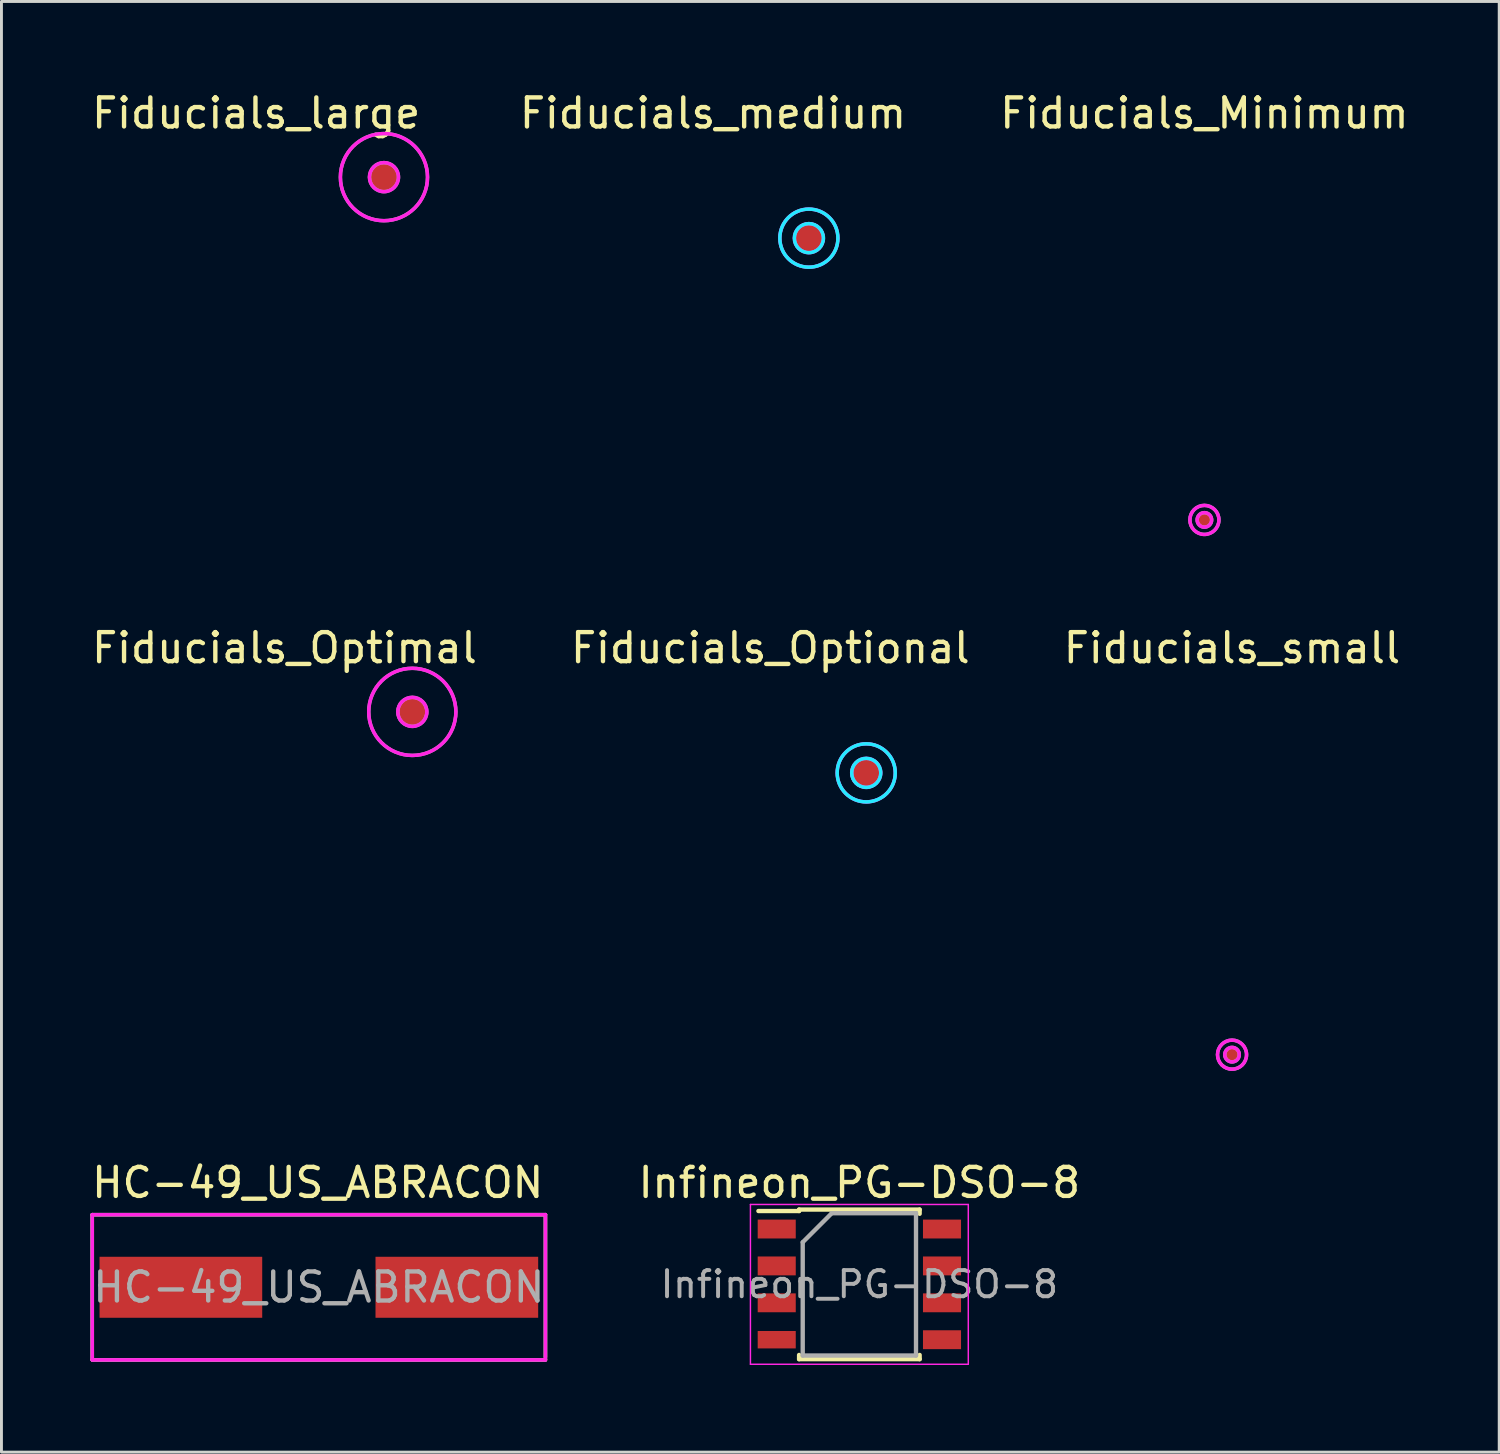
<source format=kicad_pcb>
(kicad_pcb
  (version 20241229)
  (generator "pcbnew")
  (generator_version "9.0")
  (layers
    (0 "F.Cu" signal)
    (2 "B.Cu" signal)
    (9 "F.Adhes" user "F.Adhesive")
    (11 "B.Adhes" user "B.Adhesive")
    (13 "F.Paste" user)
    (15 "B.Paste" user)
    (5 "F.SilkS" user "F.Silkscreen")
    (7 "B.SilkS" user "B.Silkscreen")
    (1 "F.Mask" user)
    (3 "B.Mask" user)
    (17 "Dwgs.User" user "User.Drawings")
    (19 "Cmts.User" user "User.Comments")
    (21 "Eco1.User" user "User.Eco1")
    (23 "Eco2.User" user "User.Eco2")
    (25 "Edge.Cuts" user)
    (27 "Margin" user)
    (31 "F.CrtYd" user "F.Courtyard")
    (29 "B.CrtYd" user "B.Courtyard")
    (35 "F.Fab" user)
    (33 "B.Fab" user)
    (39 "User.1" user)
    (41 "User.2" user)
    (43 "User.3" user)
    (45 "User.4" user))
  (footprint "Fiducials_Optimal"
    (layer "F.Cu")
    (at 11.144 21.456)
    (property "Reference" "Fiducials_Optimal" (at -4.4 -2.2 0) (unlocked yes) (layer "F.SilkS") (effects (font (size 1 1) (thickness 0.15))))
    (attr smd)
    (fp_circle (center 0 0) (end 0.5 0) (stroke (width 0.12) (type solid)) (fill no) (layer "F.CrtYd"))
    (fp_circle (center 0 0) (end 1.5 0) (stroke (width 0.12) (type solid)) (fill no) (layer "F.CrtYd"))
    (fp_circle (center 0 0) (end 0.5 0) (stroke (width 0.12) (type solid)) (fill no) (layer "F.Fab"))
    (fp_circle (center 0 0) (end 1.5 0) (stroke (width 0.12) (type solid)) (fill no) (layer "F.Fab"))
    (pad "" smd circle (at 0 0) (size 1 1) (layers "F.Cu" "F.Mask")))
  (footprint "Fiducials_Optional"
    (layer "F.Cu")
    (at 26.77 23.556)
    (property "Reference" "Fiducials_Optional" (at -3.3 -4.3 0) (unlocked yes) (layer "F.SilkS") (effects (font (size 1 1) (thickness 0.15))))
    (attr smd)
    (fp_circle (center 0 0) (end 0.5 0) (stroke (width 0.12) (type solid)) (fill no) (layer "B.CrtYd"))
    (fp_circle (center 0 0) (end 1 0) (stroke (width 0.12) (type solid)) (fill no) (layer "B.CrtYd"))
    (fp_circle (center 0 0) (end 0.5 0) (stroke (width 0.12) (type solid)) (fill no) (layer "F.CrtYd"))
    (fp_circle (center 0 0) (end 1 0) (stroke (width 0.12) (type solid)) (fill no) (layer "F.CrtYd"))
    (fp_circle (center 0 0) (end 0.5 0) (stroke (width 0.1) (type solid)) (fill no) (layer "F.Fab"))
    (fp_circle (center 0 0) (end 1 0) (stroke (width 0.1) (type solid)) (fill no) (layer "F.Fab"))
    (pad "" smd circle (at 0 0) (size 1 1) (layers "F.Cu" "F.Mask" "F.Paste")))
  (footprint "HC-49_US_ABRACON"
    (layer "F.Cu")
    (at 7.927 41.265)
    (property "Reference" "HC-49_US_ABRACON" (at -0.04 -3.6 0) (layer "F.SilkS") (effects (font (size 1 1) (thickness 0.15))))
    (attr through_hole)
    (fp_line (start -7.8 -2.5) (end 7.8 -2.5) (stroke (width 0.12) (type solid)) (layer "F.SilkS"))
    (fp_line (start -7.8 2.5) (end -7.8 -2.5) (stroke (width 0.12) (type solid)) (layer "F.SilkS"))
    (fp_line (start 7.8 -2.5) (end 7.8 2.5) (stroke (width 0.12) (type solid)) (layer "F.SilkS"))
    (fp_line (start 7.8 2.5) (end -7.8 2.5) (stroke (width 0.12) (type solid)) (layer "F.SilkS"))
    (fp_line (start -7.8 -2.5) (end 7.8 -2.5) (stroke (width 0.12) (type solid)) (layer "F.CrtYd"))
    (fp_line (start -7.8 2.5) (end -7.8 -2.5) (stroke (width 0.12) (type solid)) (layer "F.CrtYd"))
    (fp_line (start 7.8 -2.5) (end 7.8 2.5) (stroke (width 0.12) (type solid)) (layer "F.CrtYd"))
    (fp_line (start 7.8 2.5) (end -7.8 2.5) (stroke (width 0.12) (type solid)) (layer "F.CrtYd"))
    (fp_line (start -7.8 -2.5) (end 7.8 -2.5) (stroke (width 0.12) (type solid)) (layer "F.Fab"))
    (fp_line (start -7.8 2.5) (end -7.8 -2.5) (stroke (width 0.12) (type solid)) (layer "F.Fab"))
    (fp_line (start 7.8 -2.5) (end 7.8 2.4) (stroke (width 0.12) (type solid)) (layer "F.Fab"))
    (fp_line (start 7.8 2.5) (end -7.8 2.5) (stroke (width 0.12) (type solid)) (layer "F.Fab"))
    (fp_text user "${REFERENCE}" (at 0 0 0) (layer "F.Fab") (effects (font (size 1 1) (thickness 0.15))))
    (pad "1" smd rect (at -4.75 0) (size 5.6 2.1) (layers "F.Cu" "F.Mask" "F.Paste"))
    (pad "2" smd rect (at 4.75 0) (size 5.6 2.1) (layers "F.Cu" "F.Mask" "F.Paste")))
  (footprint "Fiducials_medium"
    (layer "F.Cu")
    (at 24.796 5.148)
    (property "Reference" "Fiducials_medium" (at -3.3 -4.3 0) (unlocked yes) (layer "F.SilkS") (effects (font (size 1 1) (thickness 0.15))))
    (attr smd)
    (fp_circle (center 0 0) (end 0.5 0) (stroke (width 0.12) (type solid)) (fill no) (layer "B.CrtYd"))
    (fp_circle (center 0 0) (end 1 0) (stroke (width 0.12) (type solid)) (fill no) (layer "B.CrtYd"))
    (fp_circle (center 0 0) (end 0.5 0) (stroke (width 0.12) (type solid)) (fill no) (layer "F.CrtYd"))
    (fp_circle (center 0 0) (end 1 0) (stroke (width 0.12) (type solid)) (fill no) (layer "F.CrtYd"))
    (fp_circle (center 0 0) (end 0.5 0) (stroke (width 0.1) (type solid)) (fill no) (layer "F.Fab"))
    (fp_circle (center 0 0) (end 1 0) (stroke (width 0.1) (type solid)) (fill no) (layer "F.Fab"))
    (pad "" smd circle (at 0 0) (size 1 1) (layers "F.Cu" "F.Mask" "F.Paste")))
  (footprint "Fiducials_Minimum"
    (layer "F.Cu")
    (at 38.412 14.848)
    (property "Reference" "Fiducials_Minimum" (at 0 -14 0) (unlocked yes) (layer "F.SilkS") (effects (font (size 1 1) (thickness 0.15))))
    (attr smd)
    (fp_circle (center 0 0) (end 0.25 0) (stroke (width 0.12) (type solid)) (fill no) (layer "F.CrtYd"))
    (fp_circle (center 0 0) (end 0.5 0) (stroke (width 0.12) (type solid)) (fill no) (layer "F.CrtYd"))
    (fp_circle (center 0 0) (end 0.25 0) (stroke (width 0.12) (type solid)) (fill no) (layer "F.Fab"))
    (fp_circle (center 0 0) (end 0.5 0) (stroke (width 0.12) (type solid)) (fill no) (layer "F.Fab"))
    (pad "" smd circle (at 0 0) (size 0.5 0.5) (layers "F.Cu" "F.Mask" "F.Paste")))
  (footprint "Infineon_PG-DSO-8"
    (layer "F.Cu")
    (at 26.534 41.165)
    (property "Reference" "Infineon_PG-DSO-8" (at 0 -3.5 0) (layer "F.SilkS") (effects (font (size 1 1) (thickness 0.15))))
    (attr smd)
    (fp_line (start -2.075 -2.575) (end -2.075 -2.525) (stroke (width 0.15) (type solid)) (layer "F.SilkS"))
    (fp_line (start -2.075 -2.575) (end 2.075 -2.575) (stroke (width 0.15) (type solid)) (layer "F.SilkS"))
    (fp_line (start -2.075 -2.525) (end -3.475 -2.525) (stroke (width 0.15) (type solid)) (layer "F.SilkS"))
    (fp_line (start -2.075 2.575) (end -2.075 2.43) (stroke (width 0.15) (type solid)) (layer "F.SilkS"))
    (fp_line (start -2.075 2.575) (end 2.075 2.575) (stroke (width 0.15) (type solid)) (layer "F.SilkS"))
    (fp_line (start 2.075 -2.575) (end 2.075 -2.43) (stroke (width 0.15) (type solid)) (layer "F.SilkS"))
    (fp_line (start 2.075 2.575) (end 2.075 2.43) (stroke (width 0.15) (type solid)) (layer "F.SilkS"))
    (fp_line (start -3.75 -2.75) (end -3.75 2.75) (stroke (width 0.05) (type solid)) (layer "F.CrtYd"))
    (fp_line (start -3.75 -2.75) (end 3.75 -2.75) (stroke (width 0.05) (type solid)) (layer "F.CrtYd"))
    (fp_line (start -3.75 2.75) (end 3.75 2.75) (stroke (width 0.05) (type solid)) (layer "F.CrtYd"))
    (fp_line (start 3.75 -2.75) (end 3.75 2.75) (stroke (width 0.05) (type solid)) (layer "F.CrtYd"))
    (fp_line (start -1.95 -1.45) (end -0.95 -2.45) (stroke (width 0.15) (type solid)) (layer "F.Fab"))
    (fp_line (start -1.95 2.45) (end -1.95 -1.45) (stroke (width 0.15) (type solid)) (layer "F.Fab"))
    (fp_line (start -0.95 -2.45) (end 1.95 -2.45) (stroke (width 0.15) (type solid)) (layer "F.Fab"))
    (fp_line (start 1.95 -2.45) (end 1.95 2.45) (stroke (width 0.15) (type solid)) (layer "F.Fab"))
    (fp_line (start 1.95 2.45) (end -1.95 2.45) (stroke (width 0.15) (type solid)) (layer "F.Fab"))
    (fp_text user "${REFERENCE}" (at 0 0 0) (layer "F.Fab") (effects (font (size 0.9 0.9) (thickness 0.135))))
    (pad "1" smd rect (at -2.845 -1.905) (size 1.31 0.65) (layers "F.Cu" "F.Mask" "F.Paste"))
    (pad "2" smd rect (at -2.845 -0.635) (size 1.31 0.65) (layers "F.Cu" "F.Mask" "F.Paste"))
    (pad "3" smd rect (at -2.845 0.635) (size 1.31 0.65) (layers "F.Cu" "F.Mask" "F.Paste"))
    (pad "4" smd rect (at -2.845 1.905) (size 1.31 0.6) (layers "F.Cu" "F.Mask" "F.Paste"))
    (pad "5" smd rect (at 2.845 1.905) (size 1.31 0.65) (layers "F.Cu" "F.Mask" "F.Paste"))
    (pad "6" smd rect (at 2.845 0.635) (size 1.31 0.65) (layers "F.Cu" "F.Mask" "F.Paste"))
    (pad "7" smd rect (at 2.845 -0.635) (size 1.31 0.65) (layers "F.Cu" "F.Mask" "F.Paste"))
    (pad "8" smd rect (at 2.845 -1.905) (size 1.31 0.65) (layers "F.Cu" "F.Mask" "F.Paste")))
  (footprint "Fiducials_small"
    (layer "F.Cu")
    (at 39.363 33.257)
    (property "Reference" "Fiducials_small" (at 0 -14 0) (unlocked yes) (layer "F.SilkS") (effects (font (size 1 1) (thickness 0.15))))
    (attr smd)
    (fp_circle (center 0 0) (end 0.25 0) (stroke (width 0.12) (type solid)) (fill no) (layer "F.CrtYd"))
    (fp_circle (center 0 0) (end 0.5 0) (stroke (width 0.12) (type solid)) (fill no) (layer "F.CrtYd"))
    (fp_circle (center 0 0) (end 0.25 0) (stroke (width 0.12) (type solid)) (fill no) (layer "F.Fab"))
    (fp_circle (center 0 0) (end 0.5 0) (stroke (width 0.12) (type solid)) (fill no) (layer "F.Fab"))
    (pad "" smd circle (at 0 0) (size 0.5 0.5) (layers "F.Cu" "F.Mask" "F.Paste")))
  (footprint "Fiducials_large"
    (layer "F.Cu")
    (at 10.168 3.048)
    (property "Reference" "Fiducials_large" (at -4.4 -2.2 0) (unlocked yes) (layer "F.SilkS") (effects (font (size 1 1) (thickness 0.15))))
    (attr smd)
    (fp_circle (center 0 0) (end 0.5 0) (stroke (width 0.12) (type solid)) (fill no) (layer "F.CrtYd"))
    (fp_circle (center 0 0) (end 1.5 0) (stroke (width 0.12) (type solid)) (fill no) (layer "F.CrtYd"))
    (fp_circle (center 0 0) (end 0.5 0) (stroke (width 0.12) (type solid)) (fill no) (layer "F.Fab"))
    (fp_circle (center 0 0) (end 1.5 0) (stroke (width 0.12) (type solid)) (fill no) (layer "F.Fab"))
    (pad "" smd circle (at 0 0) (size 1 1) (layers "F.Cu" "F.Mask")))
  (gr_rect
    (start -3 -3)
    (end 48.561 46.94)
    (stroke (width 0.1) (type default))
    (fill no)
    (layer "Edge.Cuts")))
</source>
